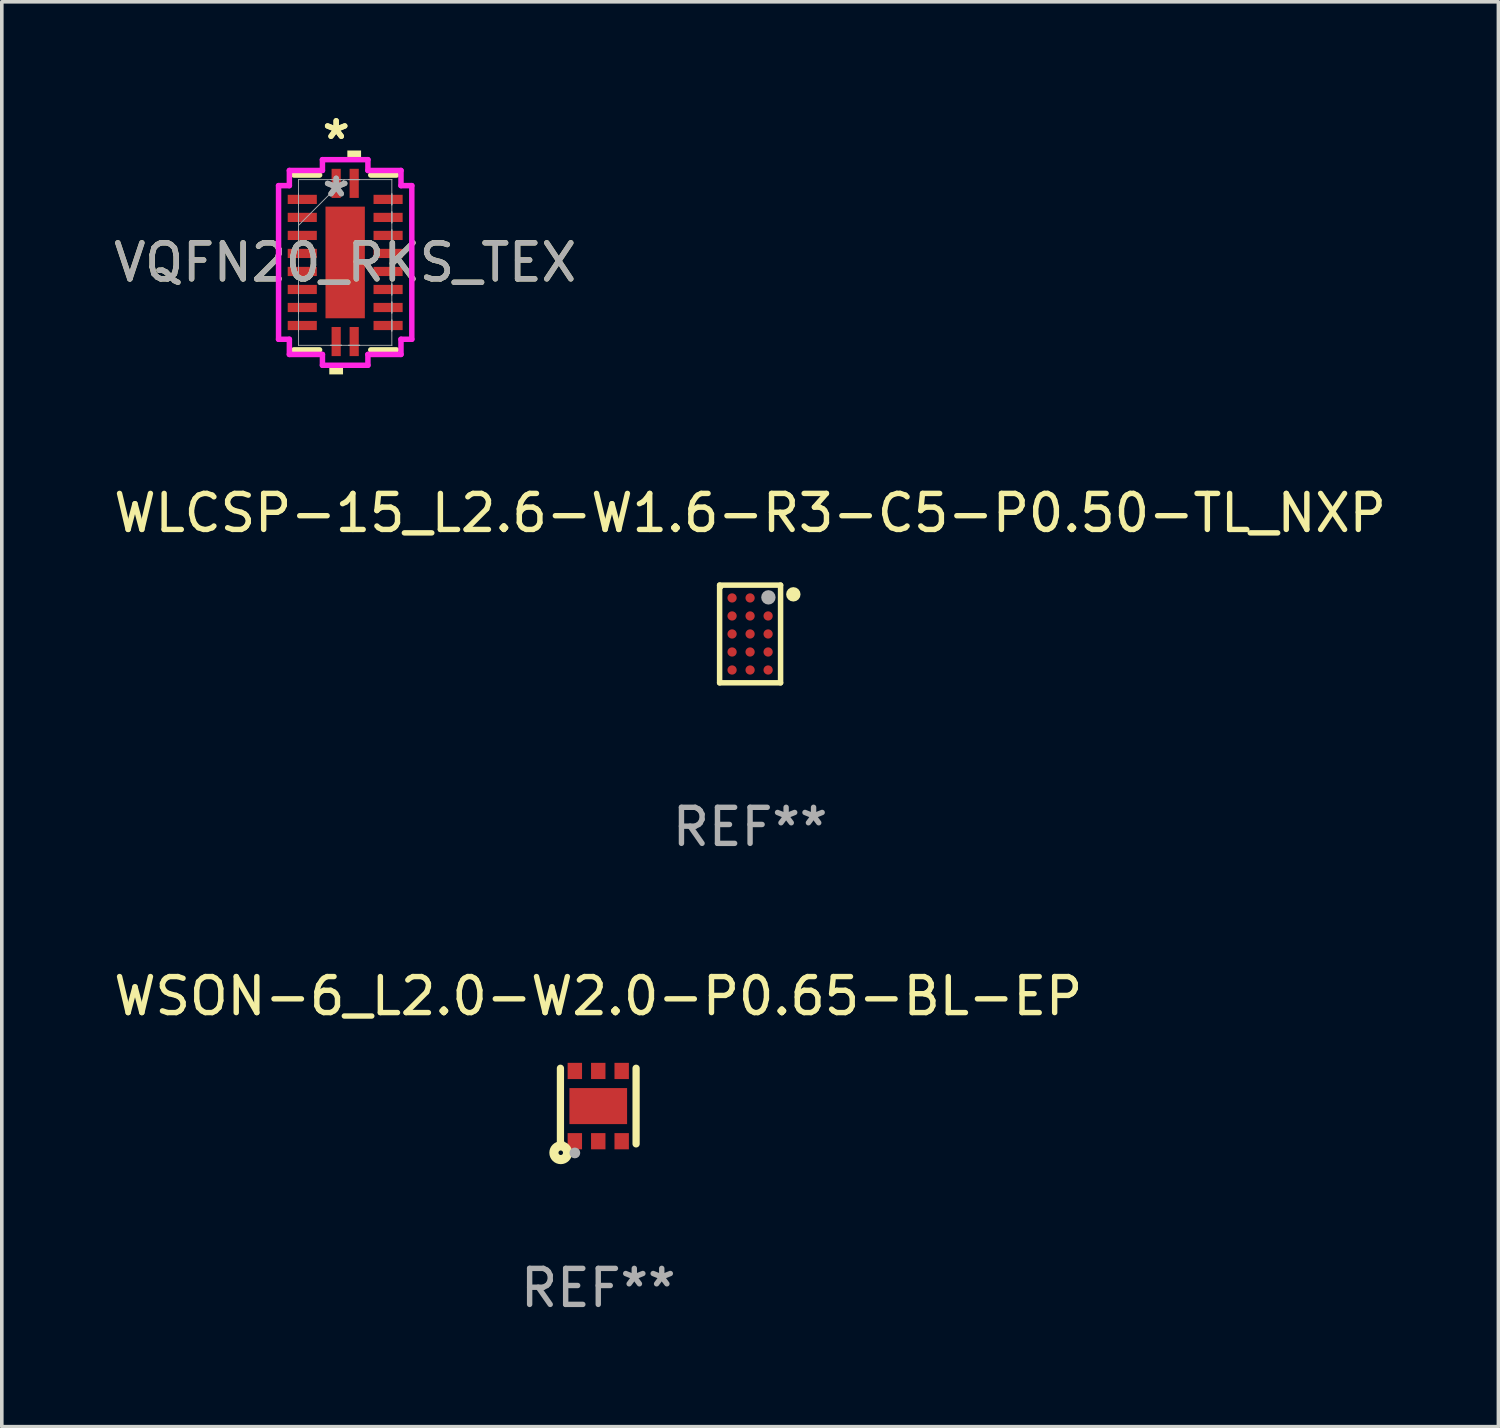
<source format=kicad_pcb>
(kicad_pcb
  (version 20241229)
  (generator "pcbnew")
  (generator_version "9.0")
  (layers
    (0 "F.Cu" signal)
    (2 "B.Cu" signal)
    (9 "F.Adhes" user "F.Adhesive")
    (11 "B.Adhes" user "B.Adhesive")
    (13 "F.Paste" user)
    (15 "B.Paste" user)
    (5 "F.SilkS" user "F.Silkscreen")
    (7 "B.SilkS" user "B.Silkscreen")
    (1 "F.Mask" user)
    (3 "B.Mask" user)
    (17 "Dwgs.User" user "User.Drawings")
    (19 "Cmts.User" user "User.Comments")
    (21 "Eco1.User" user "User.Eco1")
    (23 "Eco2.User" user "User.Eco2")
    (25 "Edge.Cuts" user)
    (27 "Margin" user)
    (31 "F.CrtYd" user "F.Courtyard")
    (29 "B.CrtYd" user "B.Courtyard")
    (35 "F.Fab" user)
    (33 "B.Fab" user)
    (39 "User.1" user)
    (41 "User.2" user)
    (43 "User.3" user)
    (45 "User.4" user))
  (footprint "WLCSP-15_L2.6-W1.6-R3-C5-P0.50-TL_NXP"
    (layer "F.Cu")
    (at 17.768 14.545)
    (property "Reference" "WLCSP-15_L2.6-W1.6-R3-C5-P0.50-TL_NXP" (at -0.000279 -3.356 0) (layer "F.SilkS") (effects (font (size 1 1) (thickness 0.15))))
    (attr smd)
    (fp_line (start -0.846 -1.356) (end 0.846 -1.356) (stroke (width 0.152) (type solid)) (layer "F.SilkS"))
    (fp_line (start -0.846 1.356) (end -0.846 -1.356) (stroke (width 0.152) (type solid)) (layer "F.SilkS"))
    (fp_line (start 0.846 -1.356) (end 0.846 1.356) (stroke (width 0.152) (type solid)) (layer "F.SilkS"))
    (fp_line (start 0.846 1.356) (end -0.846 1.356) (stroke (width 0.152) (type solid)) (layer "F.SilkS"))
    (fp_circle (center -0.8 -1.3) (end -0.77 -1.3) (stroke (width 0.06) (type solid)) (fill no) (layer "F.SilkS"))
    (fp_circle (center 1.2 -1.1) (end 1.3 -1.1) (stroke (width 0.2) (type solid)) (fill no) (layer "F.SilkS"))
    (fp_circle (center 0.508 -1.016) (end 0.608 -1.016) (stroke (width 0.2) (type solid)) (fill no) (layer "F.Fab"))
    (fp_text user "REF**" (at -0.000279 5.356 0) (layer "F.Fab") (effects (font (size 1 1) (thickness 0.15))))
    (pad "A1" smd circle (at 0.5 -1 180) (size 0.256 0.256) (layers "F.Cu" "F.Mask" "F.Paste"))
    (pad "A2" smd circle (at -0.000127 -1 180) (size 0.256 0.256) (layers "F.Cu" "F.Mask" "F.Paste"))
    (pad "A3" smd circle (at -0.5 -1 180) (size 0.256 0.256) (layers "F.Cu" "F.Mask" "F.Paste"))
    (pad "B1" smd circle (at 0.5 -0.5 180) (size 0.256 0.256) (layers "F.Cu" "F.Mask" "F.Paste"))
    (pad "B2" smd circle (at -0.000127 -0.5 180) (size 0.256 0.256) (layers "F.Cu" "F.Mask" "F.Paste"))
    (pad "B3" smd circle (at -0.5 -0.5 180) (size 0.256 0.256) (layers "F.Cu" "F.Mask" "F.Paste"))
    (pad "C1" smd circle (at 0.5 0 180) (size 0.256 0.256) (layers "F.Cu" "F.Mask" "F.Paste"))
    (pad "C2" smd circle (at -0.000127 0 180) (size 0.256 0.256) (layers "F.Cu" "F.Mask" "F.Paste"))
    (pad "C3" smd circle (at -0.5 0 180) (size 0.256 0.256) (layers "F.Cu" "F.Mask" "F.Paste"))
    (pad "D1" smd circle (at 0.5 0.5 180) (size 0.256 0.256) (layers "F.Cu" "F.Mask" "F.Paste"))
    (pad "D2" smd circle (at -0.000127 0.5 180) (size 0.256 0.256) (layers "F.Cu" "F.Mask" "F.Paste"))
    (pad "D3" smd circle (at -0.5 0.5 180) (size 0.256 0.256) (layers "F.Cu" "F.Mask" "F.Paste"))
    (pad "E1" smd circle (at 0.5 1 180) (size 0.256 0.256) (layers "F.Cu" "F.Mask" "F.Paste"))
    (pad "E2" smd circle (at -0.000127 1 180) (size 0.256 0.256) (layers "F.Cu" "F.Mask" "F.Paste"))
    (pad "E3" smd circle (at -0.5 1 180) (size 0.256 0.256) (layers "F.Cu" "F.Mask" "F.Paste")))
  (footprint "WSON-6_L2.0-W2.0-P0.65-BL-EP"
    (layer "F.Cu")
    (at 13.554 27.648)
    (property "Reference" "WSON-6_L2.0-W2.0-P0.65-BL-EP" (at -0.000051 -3.05 0) (layer "F.SilkS") (effects (font (size 1 1) (thickness 0.15))))
    (attr smd)
    (fp_line (start -1.05 1.049) (end -1.05 -1.05) (stroke (width 0.201) (type solid)) (layer "F.SilkS"))
    (fp_line (start 1.05 1.049) (end 1.05 -1.05) (stroke (width 0.201) (type solid)) (layer "F.SilkS"))
    (fp_circle (center -1.041 1.295) (end -0.978 1.295) (stroke (width 0.254) (type solid)) (fill no) (layer "F.SilkS"))
    (fp_circle (center -1 1) (end -0.97 1) (stroke (width 0.06) (type solid)) (fill no) (layer "F.SilkS"))
    (fp_circle (center -0.65 1.3) (end -0.575 1.3) (stroke (width 0.15) (type solid)) (fill no) (layer "F.Fab"))
    (fp_text user "REF**" (at -0.000051 5.049 0) (layer "F.Fab") (effects (font (size 1 1) (thickness 0.15))))
    (pad "1" smd rect (at -0.65 0.975) (size 0.4 0.45) (layers "F.Cu" "F.Mask" "F.Paste"))
    (pad "2" smd rect (at -0.000051 0.975) (size 0.4 0.45) (layers "F.Cu" "F.Mask" "F.Paste"))
    (pad "3" smd rect (at 0.65 0.975) (size 0.4 0.45) (layers "F.Cu" "F.Mask" "F.Paste"))
    (pad "4" smd rect (at 0.65 -0.975) (size 0.4 0.45) (layers "F.Cu" "F.Mask" "F.Paste"))
    (pad "5" smd rect (at -0.000051 -0.975) (size 0.4 0.45) (layers "F.Cu" "F.Mask" "F.Paste"))
    (pad "6" smd rect (at -0.65 -0.975) (size 0.4 0.45) (layers "F.Cu" "F.Mask" "F.Paste"))
    (pad "7" smd rect (at -0.000051 0.000051 90) (size 1 1.6) (layers "F.Cu" "F.Mask" "F.Paste")))
  (footprint "VQFN20_RKS_TEX"
    (layer "F.Cu")
    (at 6.53 4.234)
    (property "Reference" "VQFN20_RKS_TEX" (at 0 0 0) (unlocked yes) (layer "F.SilkS") (effects (font (size 1 1) (thickness 0.15))))
    (attr smd)
    (fp_line (start -1.422 2.426) (end -0.71 2.426) (stroke (width 0.152) (type solid)) (layer "F.SilkS"))
    (fp_line (start -0.71 -2.426) (end -1.422 -2.426) (stroke (width 0.152) (type solid)) (layer "F.SilkS"))
    (fp_line (start 0.71 2.426) (end 1.422 2.426) (stroke (width 0.152) (type solid)) (layer "F.SilkS"))
    (fp_line (start 1.422 -2.426) (end 0.71 -2.426) (stroke (width 0.152) (type solid)) (layer "F.SilkS"))
    (fp_poly (pts (xy -0.441 2.853) (xy -0.441 3.107) (xy -0.06 3.107) (xy -0.06 2.853)) (stroke (width 0) (type solid)) (fill yes) (layer "F.SilkS"))
    (fp_poly (pts (xy 0.06 -2.853) (xy 0.06 -3.107) (xy 0.441 -3.107) (xy 0.441 -2.853)) (stroke (width 0) (type solid)) (fill yes) (layer "F.SilkS"))
    (fp_poly (pts (xy -0.446 -1.449) (xy -0.446 -0.1) (xy 0.446 -0.1) (xy 0.446 -1.449)) (stroke (width 0) (type solid)) (fill yes) (layer "F.Paste"))
    (fp_poly (pts (xy -0.446 0.1) (xy -0.446 1.449) (xy 0.446 1.449) (xy 0.446 0.1)) (stroke (width 0) (type solid)) (fill yes) (layer "F.Paste"))
    (fp_line (start -1.849 -2.132) (end -1.549 -2.132) (stroke (width 0.152) (type solid)) (layer "F.CrtYd"))
    (fp_line (start -1.849 2.132) (end -1.849 -2.132) (stroke (width 0.152) (type solid)) (layer "F.CrtYd"))
    (fp_line (start -1.549 -2.553) (end -0.631 -2.553) (stroke (width 0.152) (type solid)) (layer "F.CrtYd"))
    (fp_line (start -1.549 -2.132) (end -1.549 -2.553) (stroke (width 0.152) (type solid)) (layer "F.CrtYd"))
    (fp_line (start -1.549 2.132) (end -1.849 2.132) (stroke (width 0.152) (type solid)) (layer "F.CrtYd"))
    (fp_line (start -1.549 2.553) (end -1.549 2.132) (stroke (width 0.152) (type solid)) (layer "F.CrtYd"))
    (fp_line (start -0.631 -2.853) (end 0.631 -2.853) (stroke (width 0.152) (type solid)) (layer "F.CrtYd"))
    (fp_line (start -0.631 -2.553) (end -0.631 -2.853) (stroke (width 0.152) (type solid)) (layer "F.CrtYd"))
    (fp_line (start -0.631 2.553) (end -1.549 2.553) (stroke (width 0.152) (type solid)) (layer "F.CrtYd"))
    (fp_line (start -0.631 2.853) (end -0.631 2.553) (stroke (width 0.152) (type solid)) (layer "F.CrtYd"))
    (fp_line (start 0.631 -2.853) (end 0.631 -2.553) (stroke (width 0.152) (type solid)) (layer "F.CrtYd"))
    (fp_line (start 0.631 -2.553) (end 1.549 -2.553) (stroke (width 0.152) (type solid)) (layer "F.CrtYd"))
    (fp_line (start 0.631 2.553) (end 0.631 2.853) (stroke (width 0.152) (type solid)) (layer "F.CrtYd"))
    (fp_line (start 0.631 2.853) (end -0.631 2.853) (stroke (width 0.152) (type solid)) (layer "F.CrtYd"))
    (fp_line (start 1.549 -2.553) (end 1.549 -2.132) (stroke (width 0.152) (type solid)) (layer "F.CrtYd"))
    (fp_line (start 1.549 -2.132) (end 1.849 -2.132) (stroke (width 0.152) (type solid)) (layer "F.CrtYd"))
    (fp_line (start 1.549 2.132) (end 1.549 2.553) (stroke (width 0.152) (type solid)) (layer "F.CrtYd"))
    (fp_line (start 1.549 2.553) (end 0.631 2.553) (stroke (width 0.152) (type solid)) (layer "F.CrtYd"))
    (fp_line (start 1.849 -2.132) (end 1.849 2.132) (stroke (width 0.152) (type solid)) (layer "F.CrtYd"))
    (fp_line (start 1.849 2.132) (end 1.549 2.132) (stroke (width 0.152) (type solid)) (layer "F.CrtYd"))
    (fp_line (start -1.295 -2.299) (end -1.295 -2.299) (stroke (width 0.025) (type solid)) (layer "F.Fab"))
    (fp_line (start -1.295 -2.299) (end -1.295 2.299) (stroke (width 0.025) (type solid)) (layer "F.Fab"))
    (fp_line (start -1.295 -1.903) (end -1.295 -1.903) (stroke (width 0.025) (type solid)) (layer "F.Fab"))
    (fp_line (start -1.295 -1.903) (end -1.295 -1.598) (stroke (width 0.025) (type solid)) (layer "F.Fab"))
    (fp_line (start -1.295 -1.598) (end -1.295 -1.903) (stroke (width 0.025) (type solid)) (layer "F.Fab"))
    (fp_line (start -1.295 -1.598) (end -1.295 -1.598) (stroke (width 0.025) (type solid)) (layer "F.Fab"))
    (fp_line (start -1.295 -1.403) (end -1.295 -1.403) (stroke (width 0.025) (type solid)) (layer "F.Fab"))
    (fp_line (start -1.295 -1.403) (end -1.295 -1.098) (stroke (width 0.025) (type solid)) (layer "F.Fab"))
    (fp_line (start -1.295 -1.098) (end -1.295 -1.403) (stroke (width 0.025) (type solid)) (layer "F.Fab"))
    (fp_line (start -1.295 -1.098) (end -1.295 -1.098) (stroke (width 0.025) (type solid)) (layer "F.Fab"))
    (fp_line (start -1.295 -1.029) (end -0.025 -2.299) (stroke (width 0.025) (type solid)) (layer "F.Fab"))
    (fp_line (start -1.295 -0.903) (end -1.295 -0.903) (stroke (width 0.025) (type solid)) (layer "F.Fab"))
    (fp_line (start -1.295 -0.903) (end -1.295 -0.598) (stroke (width 0.025) (type solid)) (layer "F.Fab"))
    (fp_line (start -1.295 -0.598) (end -1.295 -0.903) (stroke (width 0.025) (type solid)) (layer "F.Fab"))
    (fp_line (start -1.295 -0.598) (end -1.295 -0.598) (stroke (width 0.025) (type solid)) (layer "F.Fab"))
    (fp_line (start -1.295 -0.402) (end -1.295 -0.402) (stroke (width 0.025) (type solid)) (layer "F.Fab"))
    (fp_line (start -1.295 -0.402) (end -1.295 -0.098) (stroke (width 0.025) (type solid)) (layer "F.Fab"))
    (fp_line (start -1.295 -0.098) (end -1.295 -0.402) (stroke (width 0.025) (type solid)) (layer "F.Fab"))
    (fp_line (start -1.295 -0.098) (end -1.295 -0.098) (stroke (width 0.025) (type solid)) (layer "F.Fab"))
    (fp_line (start -1.295 0.098) (end -1.295 0.098) (stroke (width 0.025) (type solid)) (layer "F.Fab"))
    (fp_line (start -1.295 0.098) (end -1.295 0.402) (stroke (width 0.025) (type solid)) (layer "F.Fab"))
    (fp_line (start -1.295 0.402) (end -1.295 0.098) (stroke (width 0.025) (type solid)) (layer "F.Fab"))
    (fp_line (start -1.295 0.402) (end -1.295 0.402) (stroke (width 0.025) (type solid)) (layer "F.Fab"))
    (fp_line (start -1.295 0.598) (end -1.295 0.598) (stroke (width 0.025) (type solid)) (layer "F.Fab"))
    (fp_line (start -1.295 0.598) (end -1.295 0.903) (stroke (width 0.025) (type solid)) (layer "F.Fab"))
    (fp_line (start -1.295 0.903) (end -1.295 0.598) (stroke (width 0.025) (type solid)) (layer "F.Fab"))
    (fp_line (start -1.295 0.903) (end -1.295 0.903) (stroke (width 0.025) (type solid)) (layer "F.Fab"))
    (fp_line (start -1.295 1.098) (end -1.295 1.098) (stroke (width 0.025) (type solid)) (layer "F.Fab"))
    (fp_line (start -1.295 1.098) (end -1.295 1.403) (stroke (width 0.025) (type solid)) (layer "F.Fab"))
    (fp_line (start -1.295 1.403) (end -1.295 1.098) (stroke (width 0.025) (type solid)) (layer "F.Fab"))
    (fp_line (start -1.295 1.403) (end -1.295 1.403) (stroke (width 0.025) (type solid)) (layer "F.Fab"))
    (fp_line (start -1.295 1.598) (end -1.295 1.598) (stroke (width 0.025) (type solid)) (layer "F.Fab"))
    (fp_line (start -1.295 1.598) (end -1.295 1.903) (stroke (width 0.025) (type solid)) (layer "F.Fab"))
    (fp_line (start -1.295 1.903) (end -1.295 1.598) (stroke (width 0.025) (type solid)) (layer "F.Fab"))
    (fp_line (start -1.295 1.903) (end -1.295 1.903) (stroke (width 0.025) (type solid)) (layer "F.Fab"))
    (fp_line (start -1.295 2.299) (end -1.295 2.299) (stroke (width 0.025) (type solid)) (layer "F.Fab"))
    (fp_line (start -1.295 2.299) (end 1.295 2.299) (stroke (width 0.025) (type solid)) (layer "F.Fab"))
    (fp_line (start -0.402 -2.299) (end -0.402 -2.299) (stroke (width 0.025) (type solid)) (layer "F.Fab"))
    (fp_line (start -0.402 -2.299) (end -0.098 -2.299) (stroke (width 0.025) (type solid)) (layer "F.Fab"))
    (fp_line (start -0.402 2.299) (end -0.402 2.299) (stroke (width 0.025) (type solid)) (layer "F.Fab"))
    (fp_line (start -0.402 2.299) (end -0.098 2.299) (stroke (width 0.025) (type solid)) (layer "F.Fab"))
    (fp_line (start -0.098 -2.299) (end -0.402 -2.299) (stroke (width 0.025) (type solid)) (layer "F.Fab"))
    (fp_line (start -0.098 -2.299) (end -0.098 -2.299) (stroke (width 0.025) (type solid)) (layer "F.Fab"))
    (fp_line (start -0.098 2.299) (end -0.402 2.299) (stroke (width 0.025) (type solid)) (layer "F.Fab"))
    (fp_line (start -0.098 2.299) (end -0.098 2.299) (stroke (width 0.025) (type solid)) (layer "F.Fab"))
    (fp_line (start 0.098 -2.299) (end 0.098 -2.299) (stroke (width 0.025) (type solid)) (layer "F.Fab"))
    (fp_line (start 0.098 -2.299) (end 0.402 -2.299) (stroke (width 0.025) (type solid)) (layer "F.Fab"))
    (fp_line (start 0.098 2.299) (end 0.098 2.299) (stroke (width 0.025) (type solid)) (layer "F.Fab"))
    (fp_line (start 0.098 2.299) (end 0.402 2.299) (stroke (width 0.025) (type solid)) (layer "F.Fab"))
    (fp_line (start 0.402 -2.299) (end 0.098 -2.299) (stroke (width 0.025) (type solid)) (layer "F.Fab"))
    (fp_line (start 0.402 -2.299) (end 0.402 -2.299) (stroke (width 0.025) (type solid)) (layer "F.Fab"))
    (fp_line (start 0.402 2.299) (end 0.098 2.299) (stroke (width 0.025) (type solid)) (layer "F.Fab"))
    (fp_line (start 0.402 2.299) (end 0.402 2.299) (stroke (width 0.025) (type solid)) (layer "F.Fab"))
    (fp_line (start 1.295 -2.299) (end -1.295 -2.299) (stroke (width 0.025) (type solid)) (layer "F.Fab"))
    (fp_line (start 1.295 -2.299) (end 1.295 -2.299) (stroke (width 0.025) (type solid)) (layer "F.Fab"))
    (fp_line (start 1.295 -1.903) (end 1.295 -1.903) (stroke (width 0.025) (type solid)) (layer "F.Fab"))
    (fp_line (start 1.295 -1.903) (end 1.295 -1.598) (stroke (width 0.025) (type solid)) (layer "F.Fab"))
    (fp_line (start 1.295 -1.598) (end 1.295 -1.903) (stroke (width 0.025) (type solid)) (layer "F.Fab"))
    (fp_line (start 1.295 -1.598) (end 1.295 -1.598) (stroke (width 0.025) (type solid)) (layer "F.Fab"))
    (fp_line (start 1.295 -1.403) (end 1.295 -1.403) (stroke (width 0.025) (type solid)) (layer "F.Fab"))
    (fp_line (start 1.295 -1.403) (end 1.295 -1.098) (stroke (width 0.025) (type solid)) (layer "F.Fab"))
    (fp_line (start 1.295 -1.098) (end 1.295 -1.403) (stroke (width 0.025) (type solid)) (layer "F.Fab"))
    (fp_line (start 1.295 -1.098) (end 1.295 -1.098) (stroke (width 0.025) (type solid)) (layer "F.Fab"))
    (fp_line (start 1.295 -0.903) (end 1.295 -0.903) (stroke (width 0.025) (type solid)) (layer "F.Fab"))
    (fp_line (start 1.295 -0.903) (end 1.295 -0.598) (stroke (width 0.025) (type solid)) (layer "F.Fab"))
    (fp_line (start 1.295 -0.598) (end 1.295 -0.903) (stroke (width 0.025) (type solid)) (layer "F.Fab"))
    (fp_line (start 1.295 -0.598) (end 1.295 -0.598) (stroke (width 0.025) (type solid)) (layer "F.Fab"))
    (fp_line (start 1.295 -0.402) (end 1.295 -0.402) (stroke (width 0.025) (type solid)) (layer "F.Fab"))
    (fp_line (start 1.295 -0.402) (end 1.295 -0.098) (stroke (width 0.025) (type solid)) (layer "F.Fab"))
    (fp_line (start 1.295 -0.098) (end 1.295 -0.402) (stroke (width 0.025) (type solid)) (layer "F.Fab"))
    (fp_line (start 1.295 -0.098) (end 1.295 -0.098) (stroke (width 0.025) (type solid)) (layer "F.Fab"))
    (fp_line (start 1.295 0.098) (end 1.295 0.098) (stroke (width 0.025) (type solid)) (layer "F.Fab"))
    (fp_line (start 1.295 0.098) (end 1.295 0.402) (stroke (width 0.025) (type solid)) (layer "F.Fab"))
    (fp_line (start 1.295 0.402) (end 1.295 0.098) (stroke (width 0.025) (type solid)) (layer "F.Fab"))
    (fp_line (start 1.295 0.402) (end 1.295 0.402) (stroke (width 0.025) (type solid)) (layer "F.Fab"))
    (fp_line (start 1.295 0.598) (end 1.295 0.598) (stroke (width 0.025) (type solid)) (layer "F.Fab"))
    (fp_line (start 1.295 0.598) (end 1.295 0.903) (stroke (width 0.025) (type solid)) (layer "F.Fab"))
    (fp_line (start 1.295 0.903) (end 1.295 0.598) (stroke (width 0.025) (type solid)) (layer "F.Fab"))
    (fp_line (start 1.295 0.903) (end 1.295 0.903) (stroke (width 0.025) (type solid)) (layer "F.Fab"))
    (fp_line (start 1.295 1.098) (end 1.295 1.098) (stroke (width 0.025) (type solid)) (layer "F.Fab"))
    (fp_line (start 1.295 1.098) (end 1.295 1.403) (stroke (width 0.025) (type solid)) (layer "F.Fab"))
    (fp_line (start 1.295 1.403) (end 1.295 1.098) (stroke (width 0.025) (type solid)) (layer "F.Fab"))
    (fp_line (start 1.295 1.403) (end 1.295 1.403) (stroke (width 0.025) (type solid)) (layer "F.Fab"))
    (fp_line (start 1.295 1.598) (end 1.295 1.598) (stroke (width 0.025) (type solid)) (layer "F.Fab"))
    (fp_line (start 1.295 1.598) (end 1.295 1.903) (stroke (width 0.025) (type solid)) (layer "F.Fab"))
    (fp_line (start 1.295 1.903) (end 1.295 1.598) (stroke (width 0.025) (type solid)) (layer "F.Fab"))
    (fp_line (start 1.295 1.903) (end 1.295 1.903) (stroke (width 0.025) (type solid)) (layer "F.Fab"))
    (fp_line (start 1.295 2.299) (end 1.295 -2.299) (stroke (width 0.025) (type solid)) (layer "F.Fab"))
    (fp_line (start 1.295 2.299) (end 1.295 2.299) (stroke (width 0.025) (type solid)) (layer "F.Fab"))
    (fp_text user "*" (at -0.25 -3.386 0) (unlocked yes) (layer "F.SilkS") (effects (font (size 1 1) (thickness 0.15))))
    (fp_text user "*" (at -0.25 -3.386 0) (layer "F.SilkS") (effects (font (size 1 1) (thickness 0.15))))
    (fp_text user "*" (at -0.25 -1.791 0) (unlocked yes) (layer "F.Fab") (effects (font (size 1 1) (thickness 0.15))))
    (fp_text user "${REFERENCE}" (at 0 0 0) (unlocked yes) (layer "F.Fab") (effects (font (size 1 1) (thickness 0.15))))
    (fp_text user "*" (at -0.25 -1.791 0) (layer "F.Fab") (effects (font (size 1 1) (thickness 0.15))))
    (pad "1" smd rect (at -0.25 -2.195) (size 0.255 0.808) (layers "F.Cu" "F.Mask" "F.Paste"))
    (pad "2" smd rect (at -1.191 -1.75 90) (size 0.255 0.808) (layers "F.Cu" "F.Mask" "F.Paste"))
    (pad "3" smd rect (at -1.191 -1.25 90) (size 0.255 0.808) (layers "F.Cu" "F.Mask" "F.Paste"))
    (pad "4" smd rect (at -1.191 -0.75 90) (size 0.255 0.808) (layers "F.Cu" "F.Mask" "F.Paste"))
    (pad "5" smd rect (at -1.191 -0.25 90) (size 0.255 0.808) (layers "F.Cu" "F.Mask" "F.Paste"))
    (pad "6" smd rect (at -1.191 0.25 90) (size 0.255 0.808) (layers "F.Cu" "F.Mask" "F.Paste"))
    (pad "7" smd rect (at -1.191 0.75 90) (size 0.255 0.808) (layers "F.Cu" "F.Mask" "F.Paste"))
    (pad "8" smd rect (at -1.191 1.25 90) (size 0.255 0.808) (layers "F.Cu" "F.Mask" "F.Paste"))
    (pad "9" smd rect (at -1.191 1.75 90) (size 0.255 0.808) (layers "F.Cu" "F.Mask" "F.Paste"))
    (pad "10" smd rect (at -0.25 2.195) (size 0.255 0.808) (layers "F.Cu" "F.Mask" "F.Paste"))
    (pad "11" smd rect (at 0.25 2.195) (size 0.255 0.808) (layers "F.Cu" "F.Mask" "F.Paste"))
    (pad "12" smd rect (at 1.191 1.75 90) (size 0.255 0.808) (layers "F.Cu" "F.Mask" "F.Paste"))
    (pad "13" smd rect (at 1.191 1.25 90) (size 0.255 0.808) (layers "F.Cu" "F.Mask" "F.Paste"))
    (pad "14" smd rect (at 1.191 0.75 90) (size 0.255 0.808) (layers "F.Cu" "F.Mask" "F.Paste"))
    (pad "15" smd rect (at 1.191 0.25 90) (size 0.255 0.808) (layers "F.Cu" "F.Mask" "F.Paste"))
    (pad "16" smd rect (at 1.191 -0.25 90) (size 0.255 0.808) (layers "F.Cu" "F.Mask" "F.Paste"))
    (pad "17" smd rect (at 1.191 -0.75 90) (size 0.255 0.808) (layers "F.Cu" "F.Mask" "F.Paste"))
    (pad "18" smd rect (at 1.191 -1.25 90) (size 0.255 0.808) (layers "F.Cu" "F.Mask" "F.Paste"))
    (pad "19" smd rect (at 1.191 -1.75 90) (size 0.255 0.808) (layers "F.Cu" "F.Mask" "F.Paste"))
    (pad "20" smd rect (at 0.25 -2.195) (size 0.255 0.808) (layers "F.Cu" "F.Mask" "F.Paste"))
    (pad "21" smd rect (at 0 0) (size 1.092 3.099) (layers "F.Cu" "F.Mask" "F.Paste")))
  (gr_rect
    (start -3 -3)
    (end 38.536 36.546)
    (stroke (width 0.1) (type default))
    (fill no)
    (layer "Edge.Cuts")))
</source>
